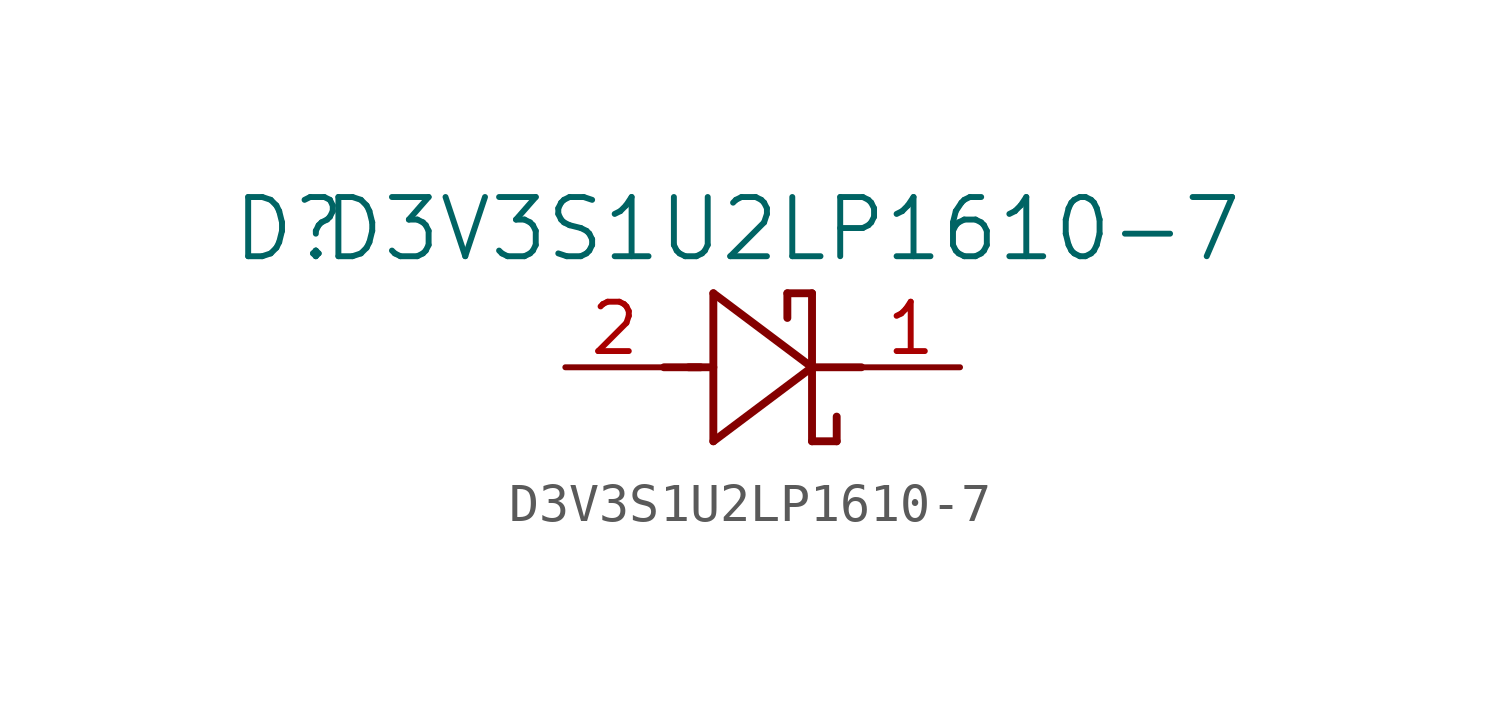
<source format=kicad_sym>
(kicad_symbol_lib
  (version 20231120)
  (generator "kicad_symbol_editor")
  (generator_version "8.0")
  (symbol "D3V3S1U2LP1610-7"
    (pin_names
      (offset 0.254))
    (property "Reference" "D"
      (at -2.032 3.556 0)
      (effects (font (size 1.524 1.524))))
    (property "Value" "D3V3S1U2LP1610-7"
      (at 10.668 3.556 0)
      (effects (font (size 1.524 1.524))))
    (property "ki_locked" ""
      (at 0 0 0)
      (effects (font (size 1.27 1.27))))
    (symbol "D3V3S1U2LP1610-7_0_1"
      (polyline (pts (xy 7.62 0) (xy 8.56 0)) (stroke (width 0.203) (type default)) (fill (type none)))
      (polyline (pts (xy 8.255 0) (xy 8.89 0)) (stroke (width 0.203) (type default)) (fill (type none)))
      (polyline (pts (xy 8.89 -1.905) (xy 11.43 0)) (stroke (width 0.203) (type default)) (fill (type none)))
      (polyline (pts (xy 8.89 1.905) (xy 8.89 -1.905)) (stroke (width 0.203) (type default)) (fill (type none)))
      (polyline (pts (xy 11.43 -1.905) (xy 11.43 1.905)) (stroke (width 0.203) (type default)) (fill (type none)))
      (polyline (pts (xy 11.43 -1.905) (xy 12.065 -1.905)) (stroke (width 0.203) (type default)) (fill (type none)))
      (polyline (pts (xy 11.43 0) (xy 8.89 1.905)) (stroke (width 0.203) (type default)) (fill (type none)))
      (polyline (pts (xy 11.43 0) (xy 12.7 0)) (stroke (width 0.203) (type default)) (fill (type none)))
      (polyline (pts (xy 11.43 1.905) (xy 10.795 1.905)) (stroke (width 0.203) (type default)) (fill (type none)))
      (polyline (pts (xy 12.065 -1.27) (xy 12.065 -1.905)) (stroke (width 0.203) (type default)) (fill (type none)))
      (pin unspecified line (at 15.24 0 180) (length 2.54) (name "" (effects (font (size 1.27 1.27)))) (number "1" (effects (font (size 1.27 1.27)))))
      (pin unspecified line (at 5.08 0 0) (length 2.54) (name "" (effects (font (size 1.27 1.27)))) (number "2" (effects (font (size 1.27 1.27))))))
    (symbol "D3V3S1U2LP1610-7_1_1"
      (polyline (pts (xy 10.795 1.27) (xy 10.795 1.905)) (stroke (width 0.203) (type default)) (fill (type none))))))
</source>
